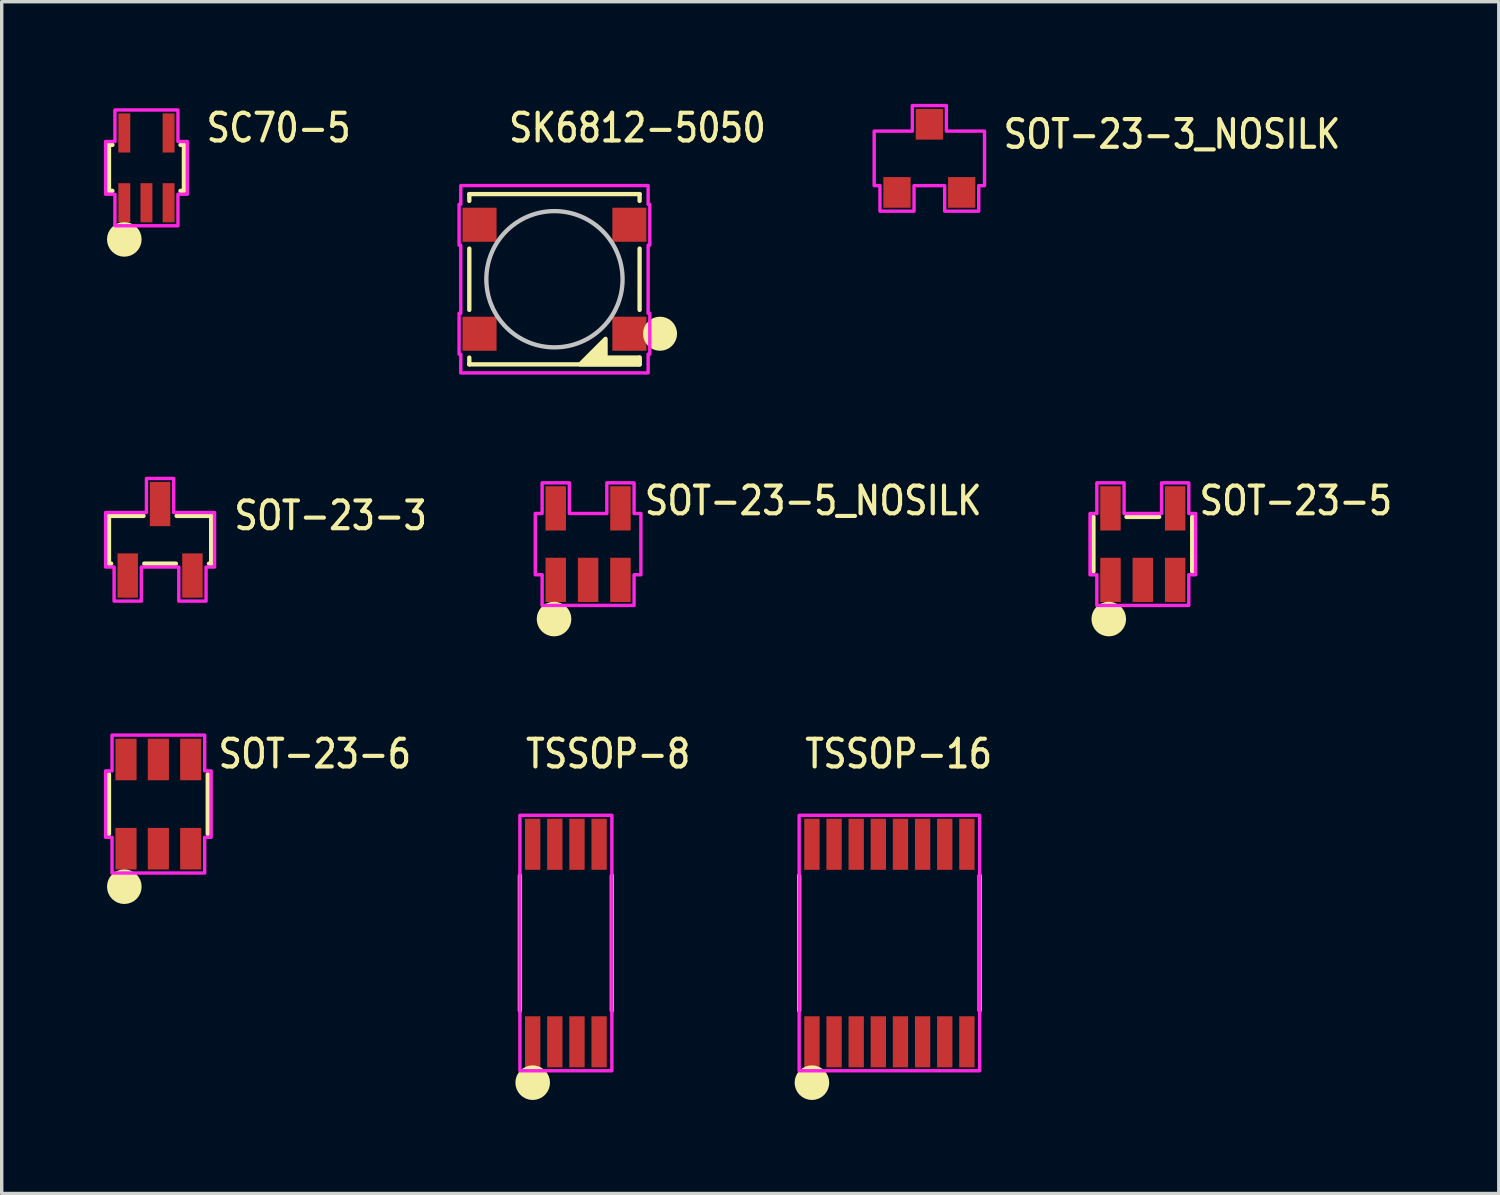
<source format=kicad_pcb>
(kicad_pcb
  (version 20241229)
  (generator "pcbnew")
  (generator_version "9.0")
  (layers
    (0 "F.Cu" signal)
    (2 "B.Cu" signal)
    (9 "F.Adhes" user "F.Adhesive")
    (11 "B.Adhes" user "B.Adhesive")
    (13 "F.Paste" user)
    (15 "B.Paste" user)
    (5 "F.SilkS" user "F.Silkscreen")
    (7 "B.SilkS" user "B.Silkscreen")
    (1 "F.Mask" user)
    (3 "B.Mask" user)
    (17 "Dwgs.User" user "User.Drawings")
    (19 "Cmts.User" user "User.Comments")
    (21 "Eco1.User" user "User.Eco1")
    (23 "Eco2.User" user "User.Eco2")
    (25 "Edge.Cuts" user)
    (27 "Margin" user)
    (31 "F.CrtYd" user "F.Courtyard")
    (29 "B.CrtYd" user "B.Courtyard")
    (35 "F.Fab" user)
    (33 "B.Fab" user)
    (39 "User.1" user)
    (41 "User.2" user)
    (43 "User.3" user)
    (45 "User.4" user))
  (footprint "SOT-23-6"
    (layer "F.Cu")
    (at 1.6 20.56)
    (property "Reference" "SOT-23-6" (at 1.7 -1 0) (unlocked yes) (layer "F.SilkS") (effects (font (size 0.813 0.695) (thickness 0.122)) (justify left bottom)))
    (fp_line (start -1.45 -0.875) (end -1.45 0.875) (stroke (width 0.127) (type solid)) (layer "F.SilkS"))
    (fp_line (start 1.45 -0.875) (end 1.45 0.875) (stroke (width 0.127) (type solid)) (layer "F.SilkS"))
    (fp_circle (center -1 2.425) (end -1 2.425) (stroke (width 0.508) (type solid)) (fill no) (layer "F.SilkS"))
    (fp_poly (pts (xy -1.36 -2.025) (xy 1.36 -2.025) (xy 1.36 -0.975) (xy 1.55 -0.975) (xy 1.55 0.975) (xy 1.36 0.975) (xy 1.36 2.025) (xy -1.36 2.025) (xy -1.36 0.975) (xy -1.55 0.975) (xy -1.55 -0.975) (xy -1.36 -0.975)) (stroke (width 0.1) (type solid)) (fill no) (layer "F.CrtYd"))
    (pad "1" smd rect (at -0.95 1.31) (size 0.62 1.22) (layers "F.Cu" "F.Mask" "F.Paste"))
    (pad "2" smd rect (at 0 1.31) (size 0.62 1.22) (layers "F.Cu" "F.Mask" "F.Paste"))
    (pad "3" smd rect (at 0.95 1.31) (size 0.62 1.22) (layers "F.Cu" "F.Mask" "F.Paste"))
    (pad "4" smd rect (at 0.95 -1.31) (size 0.62 1.22) (layers "F.Cu" "F.Mask" "F.Paste"))
    (pad "5" smd rect (at 0 -1.31) (size 0.62 1.22) (layers "F.Cu" "F.Mask" "F.Paste"))
    (pad "6" smd rect (at -0.95 -1.31) (size 0.62 1.22) (layers "F.Cu" "F.Mask" "F.Paste")))
  (footprint "SOT-23-5"
    (layer "F.Cu")
    (at 30.506 12.927)
    (property "Reference" "SOT-23-5" (at 1.6 -0.8 0) (unlocked yes) (layer "F.SilkS") (effects (font (size 0.813 0.695) (thickness 0.122)) (justify left bottom)))
    (fp_line (start -1.45 -0.8) (end -1.45 0.8) (stroke (width 0.127) (type solid)) (layer "F.SilkS"))
    (fp_line (start -0.48 -0.8) (end 0.48 -0.8) (stroke (width 0.127) (type solid)) (layer "F.SilkS"))
    (fp_line (start 1.45 -0.8) (end 1.45 0.8) (stroke (width 0.127) (type solid)) (layer "F.SilkS"))
    (fp_circle (center -1 2.2) (end -1 2.2) (stroke (width 0.508) (type solid)) (fill no) (layer "F.SilkS"))
    (fp_poly (pts (xy -1.35 -1.8) (xy -0.55 -1.8) (xy -0.55 -0.9) (xy 0.55 -0.9) (xy 0.55 -1.8) (xy 1.35 -1.8) (xy 1.35 -0.9) (xy 1.55 -0.9) (xy 1.55 0.9) (xy 1.35 0.9) (xy 1.35 1.8) (xy -1.35 1.8) (xy -1.35 0.9) (xy -1.55 0.9) (xy -1.55 -0.9) (xy -1.35 -0.9)) (stroke (width 0.1) (type solid)) (fill no) (layer "F.CrtYd"))
    (pad "1" smd rect (at -0.95 1.05) (size 0.6 1.3) (layers "F.Cu" "F.Mask" "F.Paste"))
    (pad "2" smd rect (at 0 1.05) (size 0.6 1.3) (layers "F.Cu" "F.Mask" "F.Paste"))
    (pad "3" smd rect (at 0.95 1.05) (size 0.6 1.3) (layers "F.Cu" "F.Mask" "F.Paste"))
    (pad "4" smd rect (at 0.95 -1.05) (size 0.6 1.3) (layers "F.Cu" "F.Mask" "F.Paste"))
    (pad "5" smd rect (at -0.95 -1.05) (size 0.6 1.3) (layers "F.Cu" "F.Mask" "F.Paste")))
  (footprint "SOT-23-3"
    (layer "F.Cu")
    (at 1.65 12.799)
    (property "Reference" "SOT-23-3" (at 2.115 -0.235 0) (unlocked yes) (layer "F.SilkS") (effects (font (size 0.813 0.695) (thickness 0.122)) (justify left bottom)))
    (fp_line (start -1.5 -0.7) (end -1.5 0.7) (stroke (width 0.127) (type solid)) (layer "F.SilkS"))
    (fp_line (start -1.5 0.7) (end -1.437 0.7) (stroke (width 0.127) (type solid)) (layer "F.SilkS"))
    (fp_line (start -0.486 -0.7) (end -1.5 -0.7) (stroke (width 0.127) (type solid)) (layer "F.SilkS"))
    (fp_line (start -0.464 0.7) (end 0.464 0.7) (stroke (width 0.127) (type solid)) (layer "F.SilkS"))
    (fp_line (start 0.486 -0.7) (end 1.5 -0.7) (stroke (width 0.127) (type solid)) (layer "F.SilkS"))
    (fp_line (start 1.437 0.7) (end 1.5 0.7) (stroke (width 0.127) (type solid)) (layer "F.SilkS"))
    (fp_line (start 1.5 -0.7) (end 1.5 0.7) (stroke (width 0.127) (type solid)) (layer "F.SilkS"))
    (fp_poly (pts (xy -0.4 -0.8) (xy -0.4 -1.8) (xy 0.4 -1.8) (xy 0.4 -0.8) (xy 1.6 -0.8) (xy 1.6 0.8) (xy 1.35 0.8) (xy 1.35 1.8) (xy 0.55 1.8) (xy 0.55 0.8) (xy -0.55 0.8) (xy -0.55 1.8) (xy -1.35 1.8) (xy -1.35 0.8) (xy -1.6 0.8) (xy -1.6 -0.8)) (stroke (width 0.1) (type solid)) (fill no) (layer "F.CrtYd"))
    (pad "1" smd rect (at -0.95 1.05) (size 0.6 1.3) (layers "F.Cu" "F.Mask" "F.Paste"))
    (pad "2" smd rect (at 0.95 1.05) (size 0.6 1.3) (layers "F.Cu" "F.Mask" "F.Paste"))
    (pad "3" smd rect (at 0 -1.05) (size 0.6 1.3) (layers "F.Cu" "F.Mask" "F.Paste")))
  (footprint "SOT-23-3_NOSILK"
    (layer "F.Cu")
    (at 24.238 1.6)
    (property "Reference" "SOT-23-3_NOSILK" (at 2.115 -0.235 0) (unlocked yes) (layer "F.SilkS") (effects (font (size 0.813 0.695) (thickness 0.122)) (justify left bottom)))
    (fp_poly (pts (xy -0.5 -0.8) (xy -0.5 -1.55) (xy 0.5 -1.55) (xy 0.5 -0.8) (xy 1.62 -0.8) (xy 1.62 0.8) (xy 1.45 0.8) (xy 1.45 1.55) (xy 0.45 1.55) (xy 0.45 0.8) (xy -0.45 0.8) (xy -0.45 1.55) (xy -1.45 1.55) (xy -1.45 0.8) (xy -1.62 0.8) (xy -1.62 -0.8)) (stroke (width 0.1) (type solid)) (fill no) (layer "F.CrtYd"))
    (pad "1" smd rect (at -0.95 1) (size 0.8 0.9) (layers "F.Cu" "F.Mask" "F.Paste"))
    (pad "2" smd rect (at 0.95 1) (size 0.8 0.9) (layers "F.Cu" "F.Mask" "F.Paste"))
    (pad "3" smd rect (at 0 -1) (size 0.8 0.9) (layers "F.Cu" "F.Mask" "F.Paste")))
  (footprint "TSSOP-8"
    (layer "F.Cu")
    (at 13.566 24.64)
    (property "Reference" "TSSOP-8" (at -1.24 -5.08 0) (unlocked yes) (layer "F.SilkS") (effects (font (size 0.813 0.695) (thickness 0.122)) (justify left bottom)))
    (fp_line (start -1.35 -1.98) (end -1.35 1.98) (stroke (width 0.127) (type solid)) (layer "F.SilkS"))
    (fp_line (start 1.35 -1.98) (end 1.35 1.98) (stroke (width 0.127) (type solid)) (layer "F.SilkS"))
    (fp_circle (center -0.975 4.1) (end -0.975 4.1) (stroke (width 0.508) (type solid)) (fill no) (layer "F.SilkS"))
    (fp_poly (pts (xy -1.35 3.75) (xy 1.35 3.75) (xy 1.35 -3.75) (xy -1.35 -3.75)) (stroke (width 0.1) (type solid)) (fill no) (layer "F.CrtYd"))
    (pad "1" smd rect (at -0.975 2.9) (size 0.45 1.5) (layers "F.Cu" "F.Mask" "F.Paste"))
    (pad "2" smd rect (at -0.325 2.9) (size 0.45 1.5) (layers "F.Cu" "F.Mask" "F.Paste"))
    (pad "3" smd rect (at 0.325 2.9) (size 0.45 1.5) (layers "F.Cu" "F.Mask" "F.Paste"))
    (pad "4" smd rect (at 0.975 2.9) (size 0.45 1.5) (layers "F.Cu" "F.Mask" "F.Paste"))
    (pad "5" smd rect (at 0.975 -2.9) (size 0.45 1.5) (layers "F.Cu" "F.Mask" "F.Paste"))
    (pad "6" smd rect (at 0.325 -2.9) (size 0.45 1.5) (layers "F.Cu" "F.Mask" "F.Paste"))
    (pad "7" smd rect (at -0.325 -2.9) (size 0.45 1.5) (layers "F.Cu" "F.Mask" "F.Paste"))
    (pad "8" smd rect (at -0.975 -2.9) (size 0.45 1.5) (layers "F.Cu" "F.Mask" "F.Paste")))
  (footprint "SC70-5"
    (layer "F.Cu")
    (at 1.25 1.879)
    (property "Reference" "SC70-5" (at 1.7 -0.7 0) (unlocked yes) (layer "F.SilkS") (effects (font (size 0.813 0.695) (thickness 0.122)) (justify left bottom)))
    (fp_line (start -1.1 -0.675) (end -1.1 0.675) (stroke (width 0.127) (type solid)) (layer "F.SilkS"))
    (fp_line (start -1.1 -0.675) (end -1 -0.675) (stroke (width 0.127) (type solid)) (layer "F.SilkS"))
    (fp_line (start -1.1 0.675) (end -1 0.675) (stroke (width 0.127) (type solid)) (layer "F.SilkS"))
    (fp_line (start 1.1 -0.675) (end 1 -0.675) (stroke (width 0.127) (type solid)) (layer "F.SilkS"))
    (fp_line (start 1.1 -0.675) (end 1.1 0.675) (stroke (width 0.127) (type solid)) (layer "F.SilkS"))
    (fp_line (start 1.1 0.675) (end 1 0.675) (stroke (width 0.127) (type solid)) (layer "F.SilkS"))
    (fp_circle (center -0.65 2.1) (end -0.65 2.1) (stroke (width 0.508) (type solid)) (fill no) (layer "F.SilkS"))
    (fp_poly (pts (xy -0.925 -1.7) (xy 0.925 -1.7) (xy 0.925 -0.775) (xy 1.2 -0.775) (xy 1.2 0.775) (xy 0.925 0.775) (xy 0.925 1.7) (xy -0.925 1.7) (xy -0.925 0.775) (xy -1.2 0.775) (xy -1.2 -0.775) (xy -0.925 -0.775)) (stroke (width 0.1) (type solid)) (fill no) (layer "F.CrtYd"))
    (pad "1" smd rect (at -0.65 1.025) (size 0.35 1.15) (layers "F.Cu" "F.Mask" "F.Paste"))
    (pad "2" smd rect (at 0 1.025) (size 0.35 1.15) (layers "F.Cu" "F.Mask" "F.Paste"))
    (pad "3" smd rect (at 0.65 1.025) (size 0.35 1.15) (layers "F.Cu" "F.Mask" "F.Paste"))
    (pad "4" smd rect (at 0.65 -1.025) (size 0.35 1.15) (layers "F.Cu" "F.Mask" "F.Paste"))
    (pad "5" smd rect (at -0.65 -1.025) (size 0.35 1.15) (layers "F.Cu" "F.Mask" "F.Paste")))
  (footprint "SOT-23-5_NOSILK"
    (layer "F.Cu")
    (at 14.218 12.927)
    (property "Reference" "SOT-23-5_NOSILK" (at 1.6 -0.8 0) (unlocked yes) (layer "F.SilkS") (effects (font (size 0.813 0.695) (thickness 0.122)) (justify left bottom)))
    (fp_circle (center -1 2.2) (end -1 2.2) (stroke (width 0.508) (type solid)) (fill no) (layer "F.SilkS"))
    (fp_poly (pts (xy -1.35 -1.8) (xy -0.55 -1.8) (xy -0.55 -0.9) (xy 0.55 -0.9) (xy 0.55 -1.8) (xy 1.35 -1.8) (xy 1.35 -0.9) (xy 1.55 -0.9) (xy 1.55 0.9) (xy 1.35 0.9) (xy 1.35 1.8) (xy -1.35 1.8) (xy -1.35 0.9) (xy -1.55 0.9) (xy -1.55 -0.9) (xy -1.35 -0.9)) (stroke (width 0.1) (type solid)) (fill no) (layer "F.CrtYd"))
    (pad "1" smd rect (at -0.95 1.05) (size 0.6 1.3) (layers "F.Cu" "F.Mask" "F.Paste"))
    (pad "2" smd rect (at 0 1.05) (size 0.6 1.3) (layers "F.Cu" "F.Mask" "F.Paste"))
    (pad "3" smd rect (at 0.95 1.05) (size 0.6 1.3) (layers "F.Cu" "F.Mask" "F.Paste"))
    (pad "4" smd rect (at 0.95 -1.05) (size 0.6 1.3) (layers "F.Cu" "F.Mask" "F.Paste"))
    (pad "5" smd rect (at -0.95 -1.05) (size 0.6 1.3) (layers "F.Cu" "F.Mask" "F.Paste")))
  (footprint "TSSOP-16"
    (layer "F.Cu")
    (at 23.065 24.64)
    (property "Reference" "TSSOP-16" (at -2.54 -5.08 0) (unlocked yes) (layer "F.SilkS") (effects (font (size 0.813 0.695) (thickness 0.122)) (justify left bottom)))
    (fp_line (start -2.65 -1.98) (end -2.65 1.98) (stroke (width 0.127) (type solid)) (layer "F.SilkS"))
    (fp_line (start 2.65 -1.98) (end 2.65 1.98) (stroke (width 0.127) (type solid)) (layer "F.SilkS"))
    (fp_circle (center -2.275 4.1) (end -2.275 4.1) (stroke (width 0.508) (type solid)) (fill no) (layer "F.SilkS"))
    (fp_poly (pts (xy -2.65 3.75) (xy 2.65 3.75) (xy 2.65 -3.75) (xy -2.65 -3.75)) (stroke (width 0.1) (type solid)) (fill no) (layer "F.CrtYd"))
    (pad "1" smd rect (at -2.275 2.9) (size 0.45 1.5) (layers "F.Cu" "F.Mask" "F.Paste"))
    (pad "2" smd rect (at -1.625 2.9) (size 0.45 1.5) (layers "F.Cu" "F.Mask" "F.Paste"))
    (pad "3" smd rect (at -0.975 2.9) (size 0.45 1.5) (layers "F.Cu" "F.Mask" "F.Paste"))
    (pad "4" smd rect (at -0.325 2.9) (size 0.45 1.5) (layers "F.Cu" "F.Mask" "F.Paste"))
    (pad "5" smd rect (at 0.325 2.9) (size 0.45 1.5) (layers "F.Cu" "F.Mask" "F.Paste"))
    (pad "6" smd rect (at 0.975 2.9) (size 0.45 1.5) (layers "F.Cu" "F.Mask" "F.Paste"))
    (pad "7" smd rect (at 1.625 2.9) (size 0.45 1.5) (layers "F.Cu" "F.Mask" "F.Paste"))
    (pad "8" smd rect (at 2.275 2.9) (size 0.45 1.5) (layers "F.Cu" "F.Mask" "F.Paste"))
    (pad "9" smd rect (at 2.275 -2.9) (size 0.45 1.5) (layers "F.Cu" "F.Mask" "F.Paste"))
    (pad "10" smd rect (at 1.625 -2.9) (size 0.45 1.5) (layers "F.Cu" "F.Mask" "F.Paste"))
    (pad "11" smd rect (at 0.975 -2.9) (size 0.45 1.5) (layers "F.Cu" "F.Mask" "F.Paste"))
    (pad "12" smd rect (at 0.325 -2.9) (size 0.45 1.5) (layers "F.Cu" "F.Mask" "F.Paste"))
    (pad "13" smd rect (at -0.325 -2.9) (size 0.45 1.5) (layers "F.Cu" "F.Mask" "F.Paste"))
    (pad "14" smd rect (at -0.975 -2.9) (size 0.45 1.5) (layers "F.Cu" "F.Mask" "F.Paste"))
    (pad "15" smd rect (at -1.625 -2.9) (size 0.45 1.5) (layers "F.Cu" "F.Mask" "F.Paste"))
    (pad "16" smd rect (at -2.275 -2.9) (size 0.45 1.5) (layers "F.Cu" "F.Mask" "F.Paste")))
  (footprint "SK6812-5050"
    (layer "F.Cu")
    (at 13.23 5.149)
    (property "Reference" "SK6812-5050" (at -1.4 -3.97 0) (unlocked yes) (layer "F.SilkS") (effects (font (size 0.813 0.695) (thickness 0.122)) (justify left bottom)))
    (fp_line (start -2.5 -2.5) (end -2.5 -2.3) (stroke (width 0.127) (type solid)) (layer "F.SilkS"))
    (fp_line (start -2.5 -2.5) (end 2.5 -2.5) (stroke (width 0.127) (type solid)) (layer "F.SilkS"))
    (fp_line (start -2.5 -0.9) (end -2.5 0.9) (stroke (width 0.127) (type solid)) (layer "F.SilkS"))
    (fp_line (start -2.5 2.5) (end -2.5 2.3) (stroke (width 0.127) (type solid)) (layer "F.SilkS"))
    (fp_line (start 2.5 -2.5) (end 2.5 -2.3) (stroke (width 0.127) (type solid)) (layer "F.SilkS"))
    (fp_line (start 2.5 -0.9) (end 2.5 0.9) (stroke (width 0.127) (type solid)) (layer "F.SilkS"))
    (fp_line (start 2.5 2.5) (end -2.5 2.5) (stroke (width 0.127) (type solid)) (layer "F.SilkS"))
    (fp_line (start 2.5 2.5) (end 2.5 2.3) (stroke (width 0.127) (type solid)) (layer "F.SilkS"))
    (fp_circle (center 3.1 1.6) (end 3.1 1.6) (stroke (width 0.5) (type solid)) (fill no) (layer "F.SilkS"))
    (fp_poly (pts (xy 0.75 2.5) (xy 1.5 1.75) (xy 1.5 2.3) (xy 2.5 2.3) (xy 2.5 2.5)) (stroke (width 0.127) (type solid)) (fill yes) (layer "F.SilkS"))
    (fp_circle (center 0 0) (end 2 0) (stroke (width 0.127) (type solid)) (fill no) (layer "Dwgs.User"))
    (fp_poly (pts (xy -2.75 -2.75) (xy 2.75 -2.75) (xy 2.75 -2.2) (xy 2.8 -2.2) (xy 2.8 -1) (xy 2.75 -1) (xy 2.75 1) (xy 2.8 1) (xy 2.8 2.2) (xy 2.75 2.2) (xy 2.75 2.75) (xy -2.75 2.75) (xy -2.75 2.2) (xy -2.8 2.2) (xy -2.8 1) (xy -2.75 1) (xy -2.75 -1) (xy -2.8 -1) (xy -2.8 -2.2) (xy -2.75 -2.2)) (stroke (width 0.1) (type solid)) (fill no) (layer "F.CrtYd"))
    (pad "1" smd rect (at 2.2 1.6) (size 1 1) (layers "F.Cu" "F.Mask" "F.Paste"))
    (pad "2" smd rect (at 2.2 -1.6) (size 1 1) (layers "F.Cu" "F.Mask" "F.Paste"))
    (pad "3" smd rect (at -2.2 -1.6) (size 1 1) (layers "F.Cu" "F.Mask" "F.Paste"))
    (pad "4" smd rect (at -2.2 1.6) (size 1 1) (layers "F.Cu" "F.Mask" "F.Paste")))
  (gr_rect
    (start -3 -3)
    (end 40.958 31.994)
    (stroke (width 0.1) (type default))
    (fill no)
    (layer "Edge.Cuts")))
</source>
